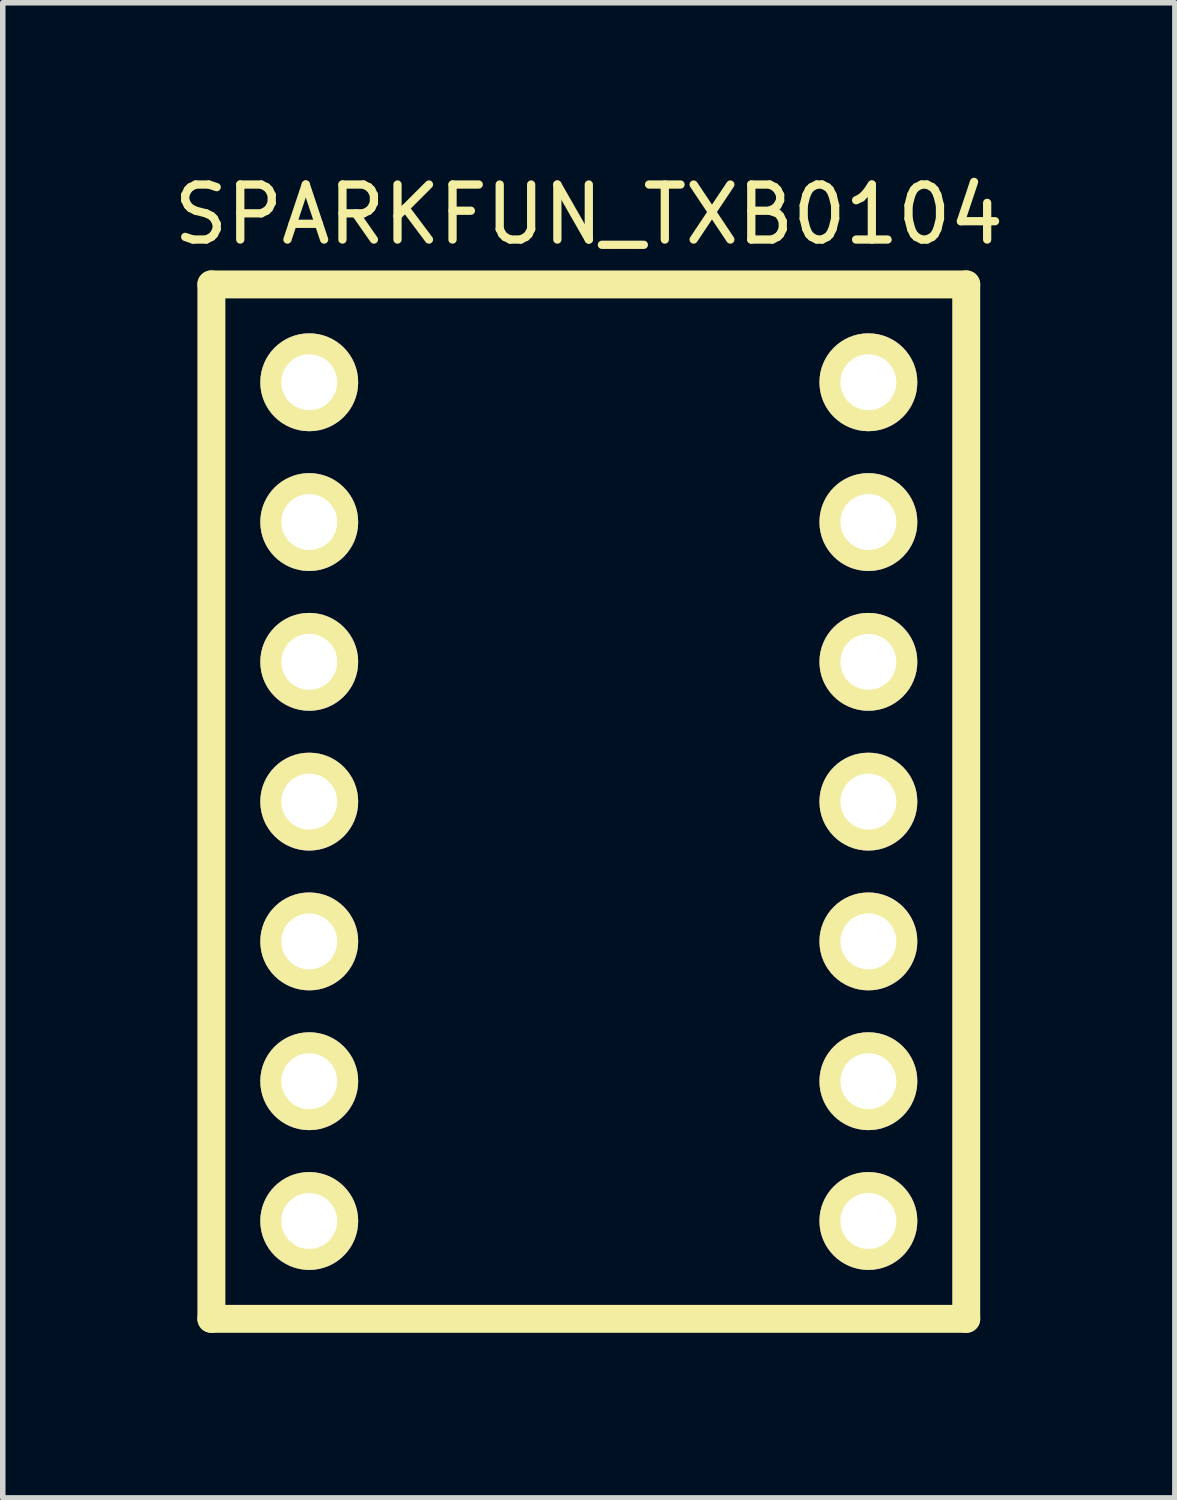
<source format=kicad_pcb>
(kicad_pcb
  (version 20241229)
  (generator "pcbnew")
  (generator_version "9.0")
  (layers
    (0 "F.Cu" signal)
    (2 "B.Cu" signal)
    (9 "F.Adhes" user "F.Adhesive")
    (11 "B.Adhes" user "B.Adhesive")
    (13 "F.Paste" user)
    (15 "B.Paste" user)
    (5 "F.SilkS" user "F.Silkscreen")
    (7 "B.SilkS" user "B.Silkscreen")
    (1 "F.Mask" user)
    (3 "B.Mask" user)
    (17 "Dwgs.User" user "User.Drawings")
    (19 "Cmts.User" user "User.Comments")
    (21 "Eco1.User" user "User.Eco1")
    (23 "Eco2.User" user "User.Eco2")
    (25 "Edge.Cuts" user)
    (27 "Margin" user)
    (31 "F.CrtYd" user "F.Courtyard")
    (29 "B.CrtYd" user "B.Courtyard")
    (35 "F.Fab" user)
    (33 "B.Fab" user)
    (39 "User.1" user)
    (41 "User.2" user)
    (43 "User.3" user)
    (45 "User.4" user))
  (footprint "SPARKFUN_TXB0104"
    (layer "F.Cu")
    (at 7.649 11.516)
    (property "Reference" "SPARKFUN_TXB0104" (at 0 -10.668 0) (layer "F.SilkS") (effects (font (size 1 1) (thickness 0.15))))
    (attr through_hole)
    (fp_line (start -6.858 -9.398) (end -6.858 9.398) (stroke (width 0.508) (type solid)) (layer "F.SilkS"))
    (fp_line (start -6.858 9.398) (end 6.858 9.398) (stroke (width 0.508) (type solid)) (layer "F.SilkS"))
    (fp_line (start 6.858 -9.398) (end -6.858 -9.398) (stroke (width 0.508) (type solid)) (layer "F.SilkS"))
    (fp_line (start 6.858 9.398) (end 6.858 -9.398) (stroke (width 0.508) (type solid)) (layer "F.SilkS"))
    (pad "1" thru_hole circle (at -5.08 -7.62) (size 1.778 1.778) (drill 1.016) (layers "*.Cu" "*.Mask" "F.SilkS"))
    (pad "2" thru_hole circle (at -5.08 -5.08) (size 1.778 1.778) (drill 1.016) (layers "*.Cu" "*.Mask" "F.SilkS"))
    (pad "3" thru_hole circle (at -5.08 -2.54) (size 1.778 1.778) (drill 1.016) (layers "*.Cu" "*.Mask" "F.SilkS"))
    (pad "4" thru_hole circle (at -5.08 0) (size 1.778 1.778) (drill 1.016) (layers "*.Cu" "*.Mask" "F.SilkS"))
    (pad "5" thru_hole circle (at -5.08 2.54) (size 1.778 1.778) (drill 1.016) (layers "*.Cu" "*.Mask" "F.SilkS"))
    (pad "6" thru_hole circle (at -5.08 5.08) (size 1.778 1.778) (drill 1.016) (layers "*.Cu" "*.Mask" "F.SilkS"))
    (pad "7" thru_hole circle (at -5.08 7.62) (size 1.778 1.778) (drill 1.016) (layers "*.Cu" "*.Mask" "F.SilkS"))
    (pad "8" thru_hole circle (at 5.08 7.62) (size 1.778 1.778) (drill 1.016) (layers "*.Cu" "*.Mask" "F.SilkS"))
    (pad "9" thru_hole circle (at 5.08 5.08) (size 1.778 1.778) (drill 1.016) (layers "*.Cu" "*.Mask" "F.SilkS"))
    (pad "10" thru_hole circle (at 5.08 2.54) (size 1.778 1.778) (drill 1.016) (layers "*.Cu" "*.Mask" "F.SilkS"))
    (pad "11" thru_hole circle (at 5.08 0) (size 1.778 1.778) (drill 1.016) (layers "*.Cu" "*.Mask" "F.SilkS"))
    (pad "12" thru_hole circle (at 5.08 -2.54) (size 1.778 1.778) (drill 1.016) (layers "*.Cu" "*.Mask" "F.SilkS"))
    (pad "13" thru_hole circle (at 5.08 -5.08) (size 1.778 1.778) (drill 1.016) (layers "*.Cu" "*.Mask" "F.SilkS"))
    (pad "14" thru_hole circle (at 5.08 -7.62) (size 1.778 1.778) (drill 1.016) (layers "*.Cu" "*.Mask" "F.SilkS")))
  (gr_rect
    (start -3 -3)
    (end 18.298 24.168)
    (stroke (width 0.1) (type default))
    (fill no)
    (layer "Edge.Cuts")))
</source>
